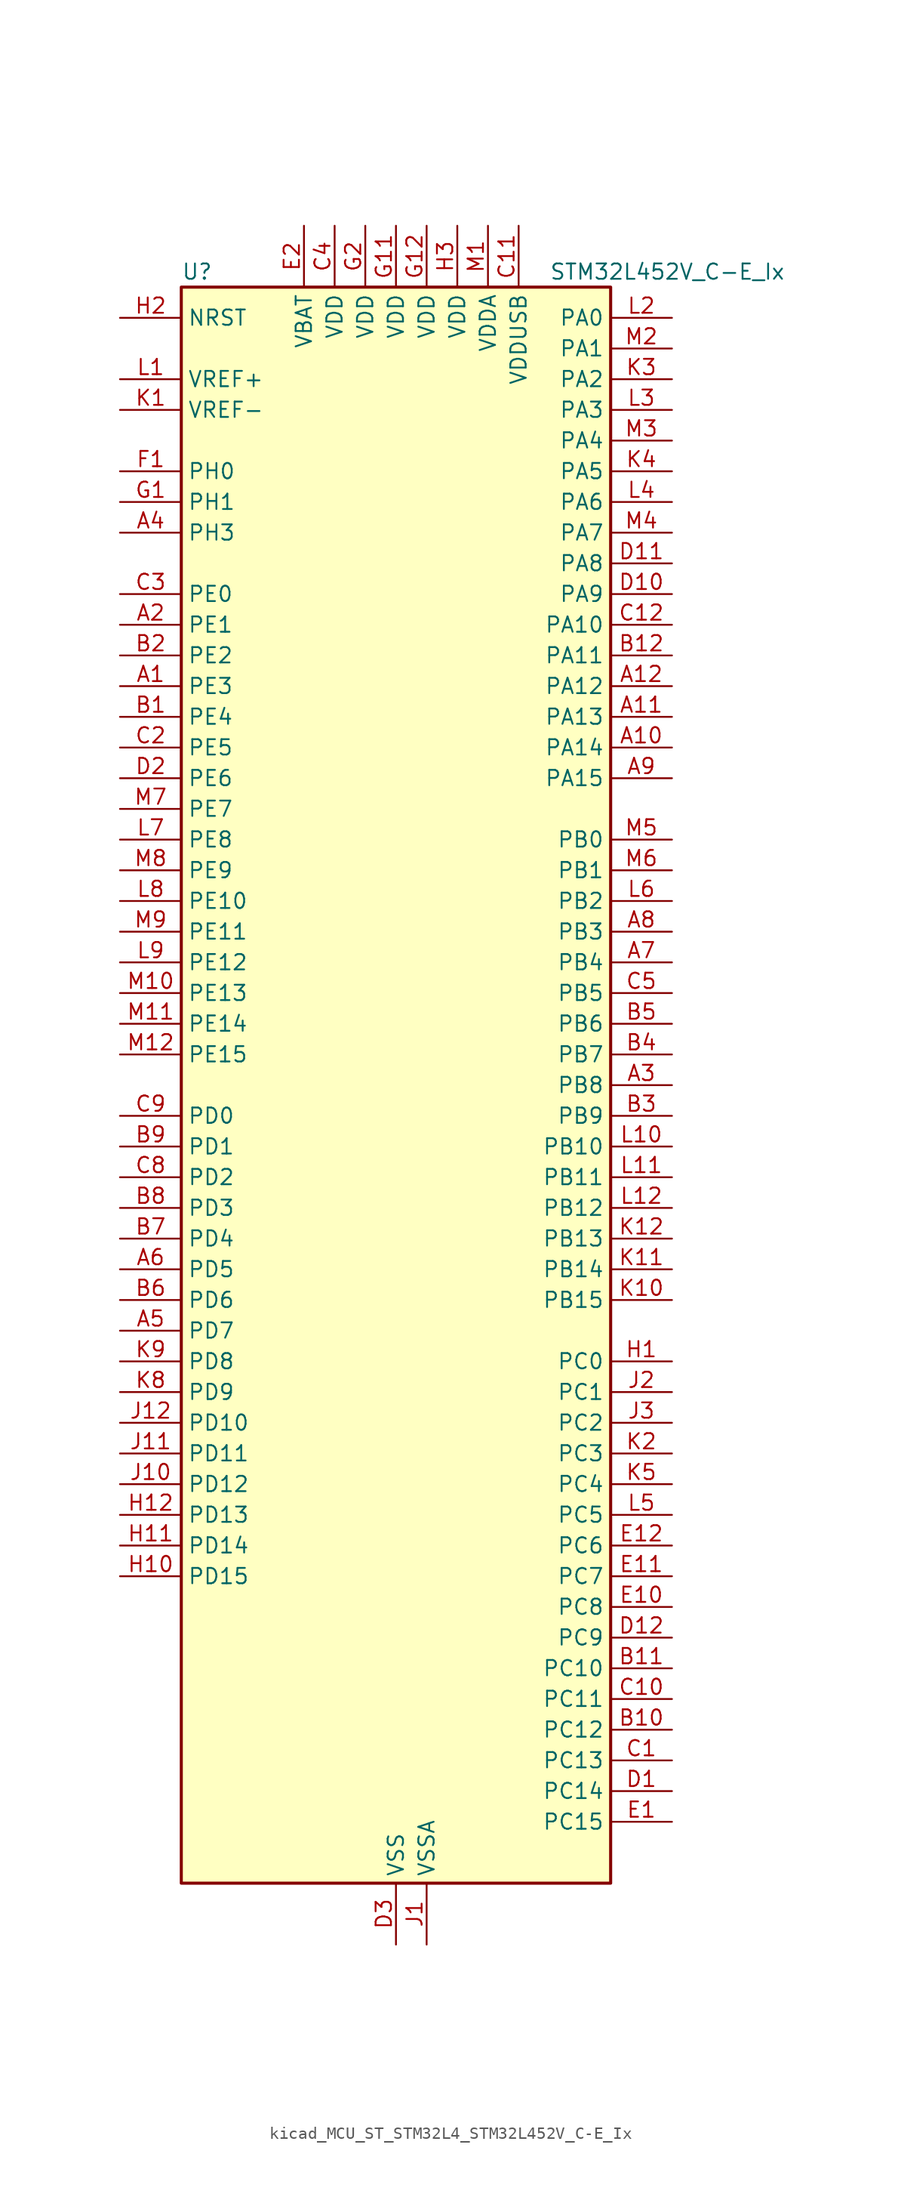
<source format=kicad_sym>
(kicad_symbol_lib
  (version 20220914)
  (generator kicad_symbol_editor)
  (symbol "kicad_MCU_ST_STM32L4_STM32L452V_C-E_Ix"
    (property "Reference" "U"
      (at -17.78 67.31 0)
      (effects (font (size 1.27 1.27)) (justify left)))
    (property "Value" "STM32L452V_C-E_Ix"
      (at 12.7 67.31 0)
      (effects (font (size 1.27 1.27)) (justify left)))
    (property "ki_locked" ""
      (at 0 0 0)
      (effects (font (size 1.27 1.27))))
    (symbol "kicad_MCU_ST_STM32L4_STM32L452V_C-E_Ix_0_1"
      (rectangle (start -17.78 -66.04) (end 17.78 66.04) (stroke (width 0.254) (type default)) (fill (type background))))
    (symbol "kicad_MCU_ST_STM32L4_STM32L452V_C-E_Ix_1_1"
      (pin bidirectional line (at -22.86 33.02 0) (length 5.08) (name "PE3" (effects (font (size 1.27 1.27)))) (number "A1" (effects (font (size 1.27 1.27)))) (alternate "SAI1_SD_B" bidirectional line) (alternate "SYS_TRACED0" bidirectional line) (alternate "TIM3_CH1" bidirectional line) (alternate "TSC_G7_IO2" bidirectional line))
      (pin bidirectional line (at 22.86 27.94 180) (length 5.08) (name "PA14" (effects (font (size 1.27 1.27)))) (number "A10" (effects (font (size 1.27 1.27)))) (alternate "I2C1_SMBA" bidirectional line) (alternate "I2C4_SMBA" bidirectional line) (alternate "LPTIM1_OUT" bidirectional line) (alternate "SAI1_FS_B" bidirectional line) (alternate "SYS_JTCK-SWCLK" bidirectional line))
      (pin bidirectional line (at 22.86 30.48 180) (length 5.08) (name "PA13" (effects (font (size 1.27 1.27)))) (number "A11" (effects (font (size 1.27 1.27)))) (alternate "IR_OUT" bidirectional line) (alternate "SAI1_SD_B" bidirectional line) (alternate "SYS_JTMS-SWDIO" bidirectional line) (alternate "USB_NOE" bidirectional line))
      (pin bidirectional line (at 22.86 33.02 180) (length 5.08) (name "PA12" (effects (font (size 1.27 1.27)))) (number "A12" (effects (font (size 1.27 1.27)))) (alternate "CAN1_TX" bidirectional line) (alternate "SPI1_MOSI" bidirectional line) (alternate "TIM1_ETR" bidirectional line) (alternate "USART1_DE" bidirectional line) (alternate "USART1_RTS" bidirectional line) (alternate "USB_DP" bidirectional line))
      (pin bidirectional line (at -22.86 38.1 0) (length 5.08) (name "PE1" (effects (font (size 1.27 1.27)))) (number "A2" (effects (font (size 1.27 1.27)))))
      (pin bidirectional line (at 22.86 0 180) (length 5.08) (name "PB8" (effects (font (size 1.27 1.27)))) (number "A3" (effects (font (size 1.27 1.27)))) (alternate "CAN1_RX" bidirectional line) (alternate "I2C1_SCL" bidirectional line) (alternate "SAI1_MCLK_A" bidirectional line) (alternate "SDMMC1_D4" bidirectional line) (alternate "TIM16_CH1" bidirectional line))
      (pin bidirectional line (at -22.86 45.72 0) (length 5.08) (name "PH3" (effects (font (size 1.27 1.27)))) (number "A4" (effects (font (size 1.27 1.27)))))
      (pin bidirectional line (at -22.86 -20.32 0) (length 5.08) (name "PD7" (effects (font (size 1.27 1.27)))) (number "A5" (effects (font (size 1.27 1.27)))) (alternate "DFSDM1_CKIN1" bidirectional line) (alternate "QUADSPI_BK2_IO3" bidirectional line) (alternate "USART2_CK" bidirectional line))
      (pin bidirectional line (at -22.86 -15.24 0) (length 5.08) (name "PD5" (effects (font (size 1.27 1.27)))) (number "A6" (effects (font (size 1.27 1.27)))) (alternate "QUADSPI_BK2_IO1" bidirectional line) (alternate "USART2_TX" bidirectional line))
      (pin bidirectional line (at 22.86 10.16 180) (length 5.08) (name "PB4" (effects (font (size 1.27 1.27)))) (number "A7" (effects (font (size 1.27 1.27)))) (alternate "COMP2_INP" bidirectional line) (alternate "I2C3_SDA" bidirectional line) (alternate "SAI1_MCLK_B" bidirectional line) (alternate "SPI1_MISO" bidirectional line) (alternate "SPI3_MISO" bidirectional line) (alternate "SYS_JTRST" bidirectional line) (alternate "TIM3_CH1" bidirectional line) (alternate "TSC_G2_IO1" bidirectional line) (alternate "USART1_CTS" bidirectional line))
      (pin bidirectional line (at 22.86 12.7 180) (length 5.08) (name "PB3" (effects (font (size 1.27 1.27)))) (number "A8" (effects (font (size 1.27 1.27)))) (alternate "COMP2_INM" bidirectional line) (alternate "SAI1_SCK_B" bidirectional line) (alternate "SPI1_SCK" bidirectional line) (alternate "SPI3_SCK" bidirectional line) (alternate "SYS_JTDO-SWO" bidirectional line) (alternate "TIM2_CH2" bidirectional line) (alternate "USART1_DE" bidirectional line) (alternate "USART1_RTS" bidirectional line))
      (pin bidirectional line (at 22.86 25.4 180) (length 5.08) (name "PA15" (effects (font (size 1.27 1.27)))) (number "A9" (effects (font (size 1.27 1.27)))) (alternate "ADC1_EXTI15" bidirectional line) (alternate "SPI1_NSS" bidirectional line) (alternate "SPI3_NSS" bidirectional line) (alternate "SYS_JTDI" bidirectional line) (alternate "TIM2_CH1" bidirectional line) (alternate "TIM2_ETR" bidirectional line) (alternate "TSC_G3_IO1" bidirectional line) (alternate "UART4_DE" bidirectional line) (alternate "UART4_RTS" bidirectional line) (alternate "USART2_RX" bidirectional line) (alternate "USART3_DE" bidirectional line) (alternate "USART3_RTS" bidirectional line))
      (pin bidirectional line (at -22.86 30.48 0) (length 5.08) (name "PE4" (effects (font (size 1.27 1.27)))) (number "B1" (effects (font (size 1.27 1.27)))) (alternate "DFSDM1_DATIN3" bidirectional line) (alternate "SAI1_FS_A" bidirectional line) (alternate "SYS_TRACED1" bidirectional line) (alternate "TIM3_CH2" bidirectional line) (alternate "TSC_G7_IO3" bidirectional line))
      (pin bidirectional line (at 22.86 -53.34 180) (length 5.08) (name "PC12" (effects (font (size 1.27 1.27)))) (number "B10" (effects (font (size 1.27 1.27)))) (alternate "SDMMC1_CK" bidirectional line) (alternate "SPI3_MOSI" bidirectional line) (alternate "SYS_TRACED3" bidirectional line) (alternate "TSC_G3_IO4" bidirectional line) (alternate "USART3_CK" bidirectional line))
      (pin bidirectional line (at 22.86 -48.26 180) (length 5.08) (name "PC10" (effects (font (size 1.27 1.27)))) (number "B11" (effects (font (size 1.27 1.27)))) (alternate "SDMMC1_D2" bidirectional line) (alternate "SPI3_SCK" bidirectional line) (alternate "SYS_TRACED1" bidirectional line) (alternate "TSC_G3_IO2" bidirectional line) (alternate "UART4_TX" bidirectional line) (alternate "USART3_TX" bidirectional line))
      (pin bidirectional line (at 22.86 35.56 180) (length 5.08) (name "PA11" (effects (font (size 1.27 1.27)))) (number "B12" (effects (font (size 1.27 1.27)))) (alternate "ADC1_EXTI11" bidirectional line) (alternate "CAN1_RX" bidirectional line) (alternate "COMP1_OUT" bidirectional line) (alternate "SPI1_MISO" bidirectional line) (alternate "TIM1_BKIN2" bidirectional line) (alternate "TIM1_BKIN2_COMP1" bidirectional line) (alternate "TIM1_CH4" bidirectional line) (alternate "USART1_CTS" bidirectional line) (alternate "USB_DM" bidirectional line))
      (pin bidirectional line (at -22.86 35.56 0) (length 5.08) (name "PE2" (effects (font (size 1.27 1.27)))) (number "B2" (effects (font (size 1.27 1.27)))) (alternate "SAI1_MCLK_A" bidirectional line) (alternate "SYS_TRACECLK" bidirectional line) (alternate "TIM3_ETR" bidirectional line) (alternate "TSC_G7_IO1" bidirectional line))
      (pin bidirectional line (at 22.86 -2.54 180) (length 5.08) (name "PB9" (effects (font (size 1.27 1.27)))) (number "B3" (effects (font (size 1.27 1.27)))) (alternate "CAN1_TX" bidirectional line) (alternate "DAC1_EXTI9" bidirectional line) (alternate "I2C1_SDA" bidirectional line) (alternate "IR_OUT" bidirectional line) (alternate "SAI1_FS_A" bidirectional line) (alternate "SDMMC1_D5" bidirectional line) (alternate "SPI2_NSS" bidirectional line))
      (pin bidirectional line (at 22.86 2.54 180) (length 5.08) (name "PB7" (effects (font (size 1.27 1.27)))) (number "B4" (effects (font (size 1.27 1.27)))) (alternate "COMP2_INM" bidirectional line) (alternate "I2C1_SDA" bidirectional line) (alternate "I2C4_SDA" bidirectional line) (alternate "LPTIM1_IN2" bidirectional line) (alternate "SYS_PVD_IN" bidirectional line) (alternate "TSC_G2_IO4" bidirectional line) (alternate "UART4_CTS" bidirectional line) (alternate "USART1_RX" bidirectional line))
      (pin bidirectional line (at 22.86 5.08 180) (length 5.08) (name "PB6" (effects (font (size 1.27 1.27)))) (number "B5" (effects (font (size 1.27 1.27)))) (alternate "CAN1_TX" bidirectional line) (alternate "COMP2_INP" bidirectional line) (alternate "I2C1_SCL" bidirectional line) (alternate "I2C4_SCL" bidirectional line) (alternate "LPTIM1_ETR" bidirectional line) (alternate "SAI1_FS_B" bidirectional line) (alternate "TIM16_CH1N" bidirectional line) (alternate "TSC_G2_IO3" bidirectional line) (alternate "USART1_TX" bidirectional line))
      (pin bidirectional line (at -22.86 -17.78 0) (length 5.08) (name "PD6" (effects (font (size 1.27 1.27)))) (number "B6" (effects (font (size 1.27 1.27)))) (alternate "DFSDM1_DATIN1" bidirectional line) (alternate "QUADSPI_BK2_IO2" bidirectional line) (alternate "SAI1_SD_A" bidirectional line) (alternate "USART2_RX" bidirectional line))
      (pin bidirectional line (at -22.86 -12.7 0) (length 5.08) (name "PD4" (effects (font (size 1.27 1.27)))) (number "B7" (effects (font (size 1.27 1.27)))) (alternate "DFSDM1_CKIN0" bidirectional line) (alternate "QUADSPI_BK2_IO0" bidirectional line) (alternate "SPI2_MOSI" bidirectional line) (alternate "USART2_DE" bidirectional line) (alternate "USART2_RTS" bidirectional line))
      (pin bidirectional line (at -22.86 -10.16 0) (length 5.08) (name "PD3" (effects (font (size 1.27 1.27)))) (number "B8" (effects (font (size 1.27 1.27)))) (alternate "DFSDM1_DATIN0" bidirectional line) (alternate "QUADSPI_BK2_NCS" bidirectional line) (alternate "SPI2_MISO" bidirectional line) (alternate "USART2_CTS" bidirectional line))
      (pin bidirectional line (at -22.86 -5.08 0) (length 5.08) (name "PD1" (effects (font (size 1.27 1.27)))) (number "B9" (effects (font (size 1.27 1.27)))) (alternate "CAN1_TX" bidirectional line) (alternate "SPI2_SCK" bidirectional line))
      (pin bidirectional line (at 22.86 -55.88 180) (length 5.08) (name "PC13" (effects (font (size 1.27 1.27)))) (number "C1" (effects (font (size 1.27 1.27)))) (alternate "RTC_OUT_ALARM" bidirectional line) (alternate "RTC_OUT_CALIB" bidirectional line) (alternate "RTC_TAMP1" bidirectional line) (alternate "RTC_TS" bidirectional line) (alternate "SYS_WKUP2" bidirectional line))
      (pin bidirectional line (at 22.86 -50.8 180) (length 5.08) (name "PC11" (effects (font (size 1.27 1.27)))) (number "C10" (effects (font (size 1.27 1.27)))) (alternate "ADC1_EXTI11" bidirectional line) (alternate "SDMMC1_D3" bidirectional line) (alternate "SPI3_MISO" bidirectional line) (alternate "TSC_G3_IO3" bidirectional line) (alternate "UART4_RX" bidirectional line) (alternate "USART3_RX" bidirectional line))
      (pin power_in line (at 10.16 71.12 270) (length 5.08) (name "VDDUSB" (effects (font (size 1.27 1.27)))) (number "C11" (effects (font (size 1.27 1.27)))))
      (pin bidirectional line (at 22.86 38.1 180) (length 5.08) (name "PA10" (effects (font (size 1.27 1.27)))) (number "C12" (effects (font (size 1.27 1.27)))) (alternate "CRS_SYNC" bidirectional line) (alternate "I2C1_SDA" bidirectional line) (alternate "SAI1_SD_A" bidirectional line) (alternate "TIM1_CH3" bidirectional line) (alternate "USART1_RX" bidirectional line))
      (pin bidirectional line (at -22.86 27.94 0) (length 5.08) (name "PE5" (effects (font (size 1.27 1.27)))) (number "C2" (effects (font (size 1.27 1.27)))) (alternate "DFSDM1_CKIN3" bidirectional line) (alternate "SAI1_SCK_A" bidirectional line) (alternate "SYS_TRACED2" bidirectional line) (alternate "TIM3_CH3" bidirectional line) (alternate "TSC_G7_IO4" bidirectional line))
      (pin bidirectional line (at -22.86 40.64 0) (length 5.08) (name "PE0" (effects (font (size 1.27 1.27)))) (number "C3" (effects (font (size 1.27 1.27)))) (alternate "TIM16_CH1" bidirectional line))
      (pin power_in line (at -5.08 71.12 270) (length 5.08) (name "VDD" (effects (font (size 1.27 1.27)))) (number "C4" (effects (font (size 1.27 1.27)))))
      (pin bidirectional line (at 22.86 7.62 180) (length 5.08) (name "PB5" (effects (font (size 1.27 1.27)))) (number "C5" (effects (font (size 1.27 1.27)))) (alternate "CAN1_RX" bidirectional line) (alternate "COMP2_OUT" bidirectional line) (alternate "I2C1_SMBA" bidirectional line) (alternate "LPTIM1_IN1" bidirectional line) (alternate "SAI1_SD_B" bidirectional line) (alternate "SPI1_MOSI" bidirectional line) (alternate "SPI3_MOSI" bidirectional line) (alternate "TIM16_BKIN" bidirectional line) (alternate "TIM3_CH2" bidirectional line) (alternate "TSC_G2_IO2" bidirectional line) (alternate "USART1_CK" bidirectional line))
      (pin bidirectional line (at -22.86 -7.62 0) (length 5.08) (name "PD2" (effects (font (size 1.27 1.27)))) (number "C8" (effects (font (size 1.27 1.27)))) (alternate "SDMMC1_CMD" bidirectional line) (alternate "SYS_TRACED2" bidirectional line) (alternate "TIM3_ETR" bidirectional line) (alternate "TSC_SYNC" bidirectional line) (alternate "USART3_DE" bidirectional line) (alternate "USART3_RTS" bidirectional line))
      (pin bidirectional line (at -22.86 -2.54 0) (length 5.08) (name "PD0" (effects (font (size 1.27 1.27)))) (number "C9" (effects (font (size 1.27 1.27)))) (alternate "CAN1_RX" bidirectional line) (alternate "SPI2_NSS" bidirectional line))
      (pin bidirectional line (at 22.86 -58.42 180) (length 5.08) (name "PC14" (effects (font (size 1.27 1.27)))) (number "D1" (effects (font (size 1.27 1.27)))) (alternate "RCC_OSC32_IN" bidirectional line))
      (pin bidirectional line (at 22.86 40.64 180) (length 5.08) (name "PA9" (effects (font (size 1.27 1.27)))) (number "D10" (effects (font (size 1.27 1.27)))) (alternate "DAC1_EXTI9" bidirectional line) (alternate "DFSDM1_DATIN1" bidirectional line) (alternate "I2C1_SCL" bidirectional line) (alternate "SAI1_FS_A" bidirectional line) (alternate "TIM15_BKIN" bidirectional line) (alternate "TIM1_CH2" bidirectional line) (alternate "USART1_TX" bidirectional line))
      (pin bidirectional line (at 22.86 43.18 180) (length 5.08) (name "PA8" (effects (font (size 1.27 1.27)))) (number "D11" (effects (font (size 1.27 1.27)))) (alternate "DFSDM1_CKIN1" bidirectional line) (alternate "LPTIM2_OUT" bidirectional line) (alternate "RCC_MCO" bidirectional line) (alternate "SAI1_SCK_A" bidirectional line) (alternate "TIM1_CH1" bidirectional line) (alternate "USART1_CK" bidirectional line))
      (pin bidirectional line (at 22.86 -45.72 180) (length 5.08) (name "PC9" (effects (font (size 1.27 1.27)))) (number "D12" (effects (font (size 1.27 1.27)))) (alternate "DAC1_EXTI9" bidirectional line) (alternate "SDMMC1_D1" bidirectional line) (alternate "TIM3_CH4" bidirectional line) (alternate "TSC_G4_IO4" bidirectional line) (alternate "USB_NOE" bidirectional line))
      (pin bidirectional line (at -22.86 25.4 0) (length 5.08) (name "PE6" (effects (font (size 1.27 1.27)))) (number "D2" (effects (font (size 1.27 1.27)))) (alternate "RTC_TAMP3" bidirectional line) (alternate "SAI1_SD_A" bidirectional line) (alternate "SYS_TRACED3" bidirectional line) (alternate "SYS_WKUP3" bidirectional line) (alternate "TIM3_CH4" bidirectional line))
      (pin power_in line (at 0 -71.12 90) (length 5.08) (name "VSS" (effects (font (size 1.27 1.27)))) (number "D3" (effects (font (size 1.27 1.27)))))
      (pin bidirectional line (at 22.86 -60.96 180) (length 5.08) (name "PC15" (effects (font (size 1.27 1.27)))) (number "E1" (effects (font (size 1.27 1.27)))) (alternate "ADC1_EXTI15" bidirectional line) (alternate "RCC_OSC32_OUT" bidirectional line))
      (pin bidirectional line (at 22.86 -43.18 180) (length 5.08) (name "PC8" (effects (font (size 1.27 1.27)))) (number "E10" (effects (font (size 1.27 1.27)))) (alternate "SDMMC1_D0" bidirectional line) (alternate "TIM3_CH3" bidirectional line) (alternate "TSC_G4_IO3" bidirectional line))
      (pin bidirectional line (at 22.86 -40.64 180) (length 5.08) (name "PC7" (effects (font (size 1.27 1.27)))) (number "E11" (effects (font (size 1.27 1.27)))) (alternate "DFSDM1_DATIN3" bidirectional line) (alternate "SDMMC1_D7" bidirectional line) (alternate "TIM3_CH2" bidirectional line) (alternate "TSC_G4_IO2" bidirectional line))
      (pin bidirectional line (at 22.86 -38.1 180) (length 5.08) (name "PC6" (effects (font (size 1.27 1.27)))) (number "E12" (effects (font (size 1.27 1.27)))) (alternate "DFSDM1_CKIN3" bidirectional line) (alternate "SDMMC1_D6" bidirectional line) (alternate "TIM3_CH1" bidirectional line) (alternate "TSC_G4_IO1" bidirectional line))
      (pin power_in line (at -7.62 71.12 270) (length 5.08) (name "VBAT" (effects (font (size 1.27 1.27)))) (number "E2" (effects (font (size 1.27 1.27)))))
      (pin passive line (at 0 -71.12 90) (length 5.08) hide (name "VSS" (effects (font (size 1.27 1.27)))) (number "E3" (effects (font (size 1.27 1.27)))))
      (pin bidirectional line (at -22.86 50.8 0) (length 5.08) (name "PH0" (effects (font (size 1.27 1.27)))) (number "F1" (effects (font (size 1.27 1.27)))) (alternate "RCC_OSC_IN" bidirectional line))
      (pin passive line (at 0 -71.12 90) (length 5.08) hide (name "VSS" (effects (font (size 1.27 1.27)))) (number "F11" (effects (font (size 1.27 1.27)))))
      (pin passive line (at 0 -71.12 90) (length 5.08) hide (name "VSS" (effects (font (size 1.27 1.27)))) (number "F12" (effects (font (size 1.27 1.27)))))
      (pin passive line (at 0 -71.12 90) (length 5.08) hide (name "VSS" (effects (font (size 1.27 1.27)))) (number "F2" (effects (font (size 1.27 1.27)))))
      (pin bidirectional line (at -22.86 48.26 0) (length 5.08) (name "PH1" (effects (font (size 1.27 1.27)))) (number "G1" (effects (font (size 1.27 1.27)))) (alternate "RCC_OSC_OUT" bidirectional line))
      (pin power_in line (at 0 71.12 270) (length 5.08) (name "VDD" (effects (font (size 1.27 1.27)))) (number "G11" (effects (font (size 1.27 1.27)))))
      (pin power_in line (at 2.54 71.12 270) (length 5.08) (name "VDD" (effects (font (size 1.27 1.27)))) (number "G12" (effects (font (size 1.27 1.27)))))
      (pin power_in line (at -2.54 71.12 270) (length 5.08) (name "VDD" (effects (font (size 1.27 1.27)))) (number "G2" (effects (font (size 1.27 1.27)))))
      (pin bidirectional line (at 22.86 -22.86 180) (length 5.08) (name "PC0" (effects (font (size 1.27 1.27)))) (number "H1" (effects (font (size 1.27 1.27)))) (alternate "ADC1_IN1" bidirectional line) (alternate "I2C3_SCL" bidirectional line) (alternate "I2C4_SCL" bidirectional line) (alternate "LPTIM1_IN1" bidirectional line) (alternate "LPTIM2_IN1" bidirectional line) (alternate "LPUART1_RX" bidirectional line))
      (pin bidirectional line (at -22.86 -40.64 0) (length 5.08) (name "PD15" (effects (font (size 1.27 1.27)))) (number "H10" (effects (font (size 1.27 1.27)))) (alternate "ADC1_EXTI15" bidirectional line))
      (pin bidirectional line (at -22.86 -38.1 0) (length 5.08) (name "PD14" (effects (font (size 1.27 1.27)))) (number "H11" (effects (font (size 1.27 1.27)))))
      (pin bidirectional line (at -22.86 -35.56 0) (length 5.08) (name "PD13" (effects (font (size 1.27 1.27)))) (number "H12" (effects (font (size 1.27 1.27)))) (alternate "I2C4_SDA" bidirectional line) (alternate "LPTIM2_OUT" bidirectional line) (alternate "TSC_G6_IO4" bidirectional line))
      (pin input line (at -22.86 63.5 0) (length 5.08) (name "NRST" (effects (font (size 1.27 1.27)))) (number "H2" (effects (font (size 1.27 1.27)))))
      (pin power_in line (at 5.08 71.12 270) (length 5.08) (name "VDD" (effects (font (size 1.27 1.27)))) (number "H3" (effects (font (size 1.27 1.27)))))
      (pin power_in line (at 2.54 -71.12 90) (length 5.08) (name "VSSA" (effects (font (size 1.27 1.27)))) (number "J1" (effects (font (size 1.27 1.27)))))
      (pin bidirectional line (at -22.86 -33.02 0) (length 5.08) (name "PD12" (effects (font (size 1.27 1.27)))) (number "J10" (effects (font (size 1.27 1.27)))) (alternate "I2C4_SCL" bidirectional line) (alternate "LPTIM2_IN1" bidirectional line) (alternate "TSC_G6_IO3" bidirectional line) (alternate "USART3_DE" bidirectional line) (alternate "USART3_RTS" bidirectional line))
      (pin bidirectional line (at -22.86 -30.48 0) (length 5.08) (name "PD11" (effects (font (size 1.27 1.27)))) (number "J11" (effects (font (size 1.27 1.27)))) (alternate "ADC1_EXTI11" bidirectional line) (alternate "I2C4_SMBA" bidirectional line) (alternate "LPTIM2_ETR" bidirectional line) (alternate "TSC_G6_IO2" bidirectional line) (alternate "USART3_CTS" bidirectional line))
      (pin bidirectional line (at -22.86 -27.94 0) (length 5.08) (name "PD10" (effects (font (size 1.27 1.27)))) (number "J12" (effects (font (size 1.27 1.27)))) (alternate "TSC_G6_IO1" bidirectional line) (alternate "USART3_CK" bidirectional line))
      (pin bidirectional line (at 22.86 -25.4 180) (length 5.08) (name "PC1" (effects (font (size 1.27 1.27)))) (number "J2" (effects (font (size 1.27 1.27)))) (alternate "ADC1_IN2" bidirectional line) (alternate "I2C3_SDA" bidirectional line) (alternate "I2C4_SDA" bidirectional line) (alternate "LPTIM1_OUT" bidirectional line) (alternate "LPUART1_TX" bidirectional line) (alternate "SYS_TRACED0" bidirectional line))
      (pin bidirectional line (at 22.86 -27.94 180) (length 5.08) (name "PC2" (effects (font (size 1.27 1.27)))) (number "J3" (effects (font (size 1.27 1.27)))) (alternate "ADC1_IN3" bidirectional line) (alternate "DFSDM1_CKOUT" bidirectional line) (alternate "LPTIM1_IN2" bidirectional line) (alternate "SPI2_MISO" bidirectional line))
      (pin input line (at -22.86 55.88 0) (length 5.08) (name "VREF-" (effects (font (size 1.27 1.27)))) (number "K1" (effects (font (size 1.27 1.27)))))
      (pin bidirectional line (at 22.86 -17.78 180) (length 5.08) (name "PB15" (effects (font (size 1.27 1.27)))) (number "K10" (effects (font (size 1.27 1.27)))) (alternate "ADC1_EXTI15" bidirectional line) (alternate "DFSDM1_CKIN2" bidirectional line) (alternate "RTC_REFIN" bidirectional line) (alternate "SAI1_SD_A" bidirectional line) (alternate "SPI2_MOSI" bidirectional line) (alternate "TIM15_CH2" bidirectional line) (alternate "TIM1_CH3N" bidirectional line) (alternate "TSC_G1_IO4" bidirectional line))
      (pin bidirectional line (at 22.86 -15.24 180) (length 5.08) (name "PB14" (effects (font (size 1.27 1.27)))) (number "K11" (effects (font (size 1.27 1.27)))) (alternate "DFSDM1_DATIN2" bidirectional line) (alternate "I2C2_SDA" bidirectional line) (alternate "SAI1_MCLK_A" bidirectional line) (alternate "SPI2_MISO" bidirectional line) (alternate "TIM15_CH1" bidirectional line) (alternate "TIM1_CH2N" bidirectional line) (alternate "TSC_G1_IO3" bidirectional line) (alternate "USART3_DE" bidirectional line) (alternate "USART3_RTS" bidirectional line))
      (pin bidirectional line (at 22.86 -12.7 180) (length 5.08) (name "PB13" (effects (font (size 1.27 1.27)))) (number "K12" (effects (font (size 1.27 1.27)))) (alternate "CAN1_TX" bidirectional line) (alternate "DFSDM1_CKIN1" bidirectional line) (alternate "I2C2_SCL" bidirectional line) (alternate "LPUART1_CTS" bidirectional line) (alternate "SAI1_SCK_A" bidirectional line) (alternate "SPI2_SCK" bidirectional line) (alternate "TIM15_CH1N" bidirectional line) (alternate "TIM1_CH1N" bidirectional line) (alternate "TSC_G1_IO2" bidirectional line) (alternate "USART3_CTS" bidirectional line))
      (pin bidirectional line (at 22.86 -30.48 180) (length 5.08) (name "PC3" (effects (font (size 1.27 1.27)))) (number "K2" (effects (font (size 1.27 1.27)))) (alternate "ADC1_IN4" bidirectional line) (alternate "LPTIM1_ETR" bidirectional line) (alternate "LPTIM2_ETR" bidirectional line) (alternate "SAI1_SD_A" bidirectional line) (alternate "SPI2_MOSI" bidirectional line))
      (pin bidirectional line (at 22.86 58.42 180) (length 5.08) (name "PA2" (effects (font (size 1.27 1.27)))) (number "K3" (effects (font (size 1.27 1.27)))) (alternate "ADC1_IN7" bidirectional line) (alternate "COMP2_INM" bidirectional line) (alternate "COMP2_OUT" bidirectional line) (alternate "LPUART1_TX" bidirectional line) (alternate "QUADSPI_BK1_NCS" bidirectional line) (alternate "RCC_LSCO" bidirectional line) (alternate "SYS_WKUP4" bidirectional line) (alternate "TIM15_CH1" bidirectional line) (alternate "TIM2_CH3" bidirectional line) (alternate "USART2_TX" bidirectional line))
      (pin bidirectional line (at 22.86 50.8 180) (length 5.08) (name "PA5" (effects (font (size 1.27 1.27)))) (number "K4" (effects (font (size 1.27 1.27)))) (alternate "ADC1_IN10" bidirectional line) (alternate "COMP1_INM" bidirectional line) (alternate "COMP2_INM" bidirectional line) (alternate "DFSDM1_CKOUT" bidirectional line) (alternate "LPTIM2_ETR" bidirectional line) (alternate "SPI1_SCK" bidirectional line) (alternate "TIM2_CH1" bidirectional line) (alternate "TIM2_ETR" bidirectional line))
      (pin bidirectional line (at 22.86 -33.02 180) (length 5.08) (name "PC4" (effects (font (size 1.27 1.27)))) (number "K5" (effects (font (size 1.27 1.27)))) (alternate "ADC1_IN13" bidirectional line) (alternate "COMP1_INM" bidirectional line) (alternate "USART3_TX" bidirectional line))
      (pin bidirectional line (at -22.86 -25.4 0) (length 5.08) (name "PD9" (effects (font (size 1.27 1.27)))) (number "K8" (effects (font (size 1.27 1.27)))) (alternate "DAC1_EXTI9" bidirectional line) (alternate "USART3_RX" bidirectional line))
      (pin bidirectional line (at -22.86 -22.86 0) (length 5.08) (name "PD8" (effects (font (size 1.27 1.27)))) (number "K9" (effects (font (size 1.27 1.27)))) (alternate "USART3_TX" bidirectional line))
      (pin input line (at -22.86 58.42 0) (length 5.08) (name "VREF+" (effects (font (size 1.27 1.27)))) (number "L1" (effects (font (size 1.27 1.27)))) (alternate "VREFBUF_OUT" bidirectional line))
      (pin bidirectional line (at 22.86 -5.08 180) (length 5.08) (name "PB10" (effects (font (size 1.27 1.27)))) (number "L10" (effects (font (size 1.27 1.27)))) (alternate "COMP1_OUT" bidirectional line) (alternate "I2C2_SCL" bidirectional line) (alternate "I2C4_SCL" bidirectional line) (alternate "LPUART1_RX" bidirectional line) (alternate "QUADSPI_CLK" bidirectional line) (alternate "SAI1_SCK_A" bidirectional line) (alternate "SPI2_SCK" bidirectional line) (alternate "TIM2_CH3" bidirectional line) (alternate "TSC_SYNC" bidirectional line) (alternate "USART3_TX" bidirectional line))
      (pin bidirectional line (at 22.86 -7.62 180) (length 5.08) (name "PB11" (effects (font (size 1.27 1.27)))) (number "L11" (effects (font (size 1.27 1.27)))) (alternate "ADC1_EXTI11" bidirectional line) (alternate "COMP2_OUT" bidirectional line) (alternate "I2C2_SDA" bidirectional line) (alternate "I2C4_SDA" bidirectional line) (alternate "LPUART1_TX" bidirectional line) (alternate "QUADSPI_BK1_NCS" bidirectional line) (alternate "TIM2_CH4" bidirectional line) (alternate "USART3_RX" bidirectional line))
      (pin bidirectional line (at 22.86 -10.16 180) (length 5.08) (name "PB12" (effects (font (size 1.27 1.27)))) (number "L12" (effects (font (size 1.27 1.27)))) (alternate "CAN1_RX" bidirectional line) (alternate "DFSDM1_DATIN1" bidirectional line) (alternate "I2C2_SMBA" bidirectional line) (alternate "LPUART1_DE" bidirectional line) (alternate "LPUART1_RTS" bidirectional line) (alternate "SAI1_FS_A" bidirectional line) (alternate "SPI2_NSS" bidirectional line) (alternate "TIM15_BKIN" bidirectional line) (alternate "TIM1_BKIN" bidirectional line) (alternate "TIM1_BKIN_COMP2" bidirectional line) (alternate "TSC_G1_IO1" bidirectional line) (alternate "USART3_CK" bidirectional line))
      (pin bidirectional line (at 22.86 63.5 180) (length 5.08) (name "PA0" (effects (font (size 1.27 1.27)))) (number "L2" (effects (font (size 1.27 1.27)))) (alternate "ADC1_IN5" bidirectional line) (alternate "COMP1_INM" bidirectional line) (alternate "COMP1_OUT" bidirectional line) (alternate "OPAMP1_VINP" bidirectional line) (alternate "RTC_TAMP2" bidirectional line) (alternate "SAI1_EXTCLK" bidirectional line) (alternate "SYS_WKUP1" bidirectional line) (alternate "TIM2_CH1" bidirectional line) (alternate "TIM2_ETR" bidirectional line) (alternate "UART4_TX" bidirectional line) (alternate "USART2_CTS" bidirectional line))
      (pin bidirectional line (at 22.86 55.88 180) (length 5.08) (name "PA3" (effects (font (size 1.27 1.27)))) (number "L3" (effects (font (size 1.27 1.27)))) (alternate "ADC1_IN8" bidirectional line) (alternate "COMP2_INP" bidirectional line) (alternate "LPUART1_RX" bidirectional line) (alternate "OPAMP1_VOUT" bidirectional line) (alternate "QUADSPI_CLK" bidirectional line) (alternate "SAI1_MCLK_A" bidirectional line) (alternate "TIM15_CH2" bidirectional line) (alternate "TIM2_CH4" bidirectional line) (alternate "USART2_RX" bidirectional line))
      (pin bidirectional line (at 22.86 48.26 180) (length 5.08) (name "PA6" (effects (font (size 1.27 1.27)))) (number "L4" (effects (font (size 1.27 1.27)))) (alternate "ADC1_IN11" bidirectional line) (alternate "COMP1_OUT" bidirectional line) (alternate "LPUART1_CTS" bidirectional line) (alternate "QUADSPI_BK1_IO3" bidirectional line) (alternate "SPI1_MISO" bidirectional line) (alternate "TIM16_CH1" bidirectional line) (alternate "TIM1_BKIN" bidirectional line) (alternate "TIM1_BKIN_COMP2" bidirectional line) (alternate "TIM3_CH1" bidirectional line) (alternate "USART3_CTS" bidirectional line))
      (pin bidirectional line (at 22.86 -35.56 180) (length 5.08) (name "PC5" (effects (font (size 1.27 1.27)))) (number "L5" (effects (font (size 1.27 1.27)))) (alternate "ADC1_IN14" bidirectional line) (alternate "COMP1_INP" bidirectional line) (alternate "SYS_WKUP5" bidirectional line) (alternate "USART3_RX" bidirectional line))
      (pin bidirectional line (at 22.86 15.24 180) (length 5.08) (name "PB2" (effects (font (size 1.27 1.27)))) (number "L6" (effects (font (size 1.27 1.27)))) (alternate "COMP1_INP" bidirectional line) (alternate "DFSDM1_CKIN0" bidirectional line) (alternate "I2C3_SMBA" bidirectional line) (alternate "LPTIM1_OUT" bidirectional line) (alternate "RTC_OUT_ALARM" bidirectional line) (alternate "RTC_OUT_CALIB" bidirectional line))
      (pin bidirectional line (at -22.86 20.32 0) (length 5.08) (name "PE8" (effects (font (size 1.27 1.27)))) (number "L7" (effects (font (size 1.27 1.27)))) (alternate "DFSDM1_CKIN2" bidirectional line) (alternate "SAI1_SCK_B" bidirectional line) (alternate "TIM1_CH1N" bidirectional line))
      (pin bidirectional line (at -22.86 15.24 0) (length 5.08) (name "PE10" (effects (font (size 1.27 1.27)))) (number "L8" (effects (font (size 1.27 1.27)))) (alternate "QUADSPI_CLK" bidirectional line) (alternate "SAI1_MCLK_B" bidirectional line) (alternate "TIM1_CH2N" bidirectional line) (alternate "TSC_G5_IO1" bidirectional line))
      (pin bidirectional line (at -22.86 10.16 0) (length 5.08) (name "PE12" (effects (font (size 1.27 1.27)))) (number "L9" (effects (font (size 1.27 1.27)))) (alternate "QUADSPI_BK1_IO0" bidirectional line) (alternate "SPI1_NSS" bidirectional line) (alternate "TIM1_CH3N" bidirectional line) (alternate "TSC_G5_IO3" bidirectional line))
      (pin power_in line (at 7.62 71.12 270) (length 5.08) (name "VDDA" (effects (font (size 1.27 1.27)))) (number "M1" (effects (font (size 1.27 1.27)))))
      (pin bidirectional line (at -22.86 7.62 0) (length 5.08) (name "PE13" (effects (font (size 1.27 1.27)))) (number "M10" (effects (font (size 1.27 1.27)))) (alternate "QUADSPI_BK1_IO1" bidirectional line) (alternate "SPI1_SCK" bidirectional line) (alternate "TIM1_CH3" bidirectional line) (alternate "TSC_G5_IO4" bidirectional line))
      (pin bidirectional line (at -22.86 5.08 0) (length 5.08) (name "PE14" (effects (font (size 1.27 1.27)))) (number "M11" (effects (font (size 1.27 1.27)))) (alternate "QUADSPI_BK1_IO2" bidirectional line) (alternate "SPI1_MISO" bidirectional line) (alternate "TIM1_BKIN2" bidirectional line) (alternate "TIM1_BKIN2_COMP2" bidirectional line) (alternate "TIM1_CH4" bidirectional line))
      (pin bidirectional line (at -22.86 2.54 0) (length 5.08) (name "PE15" (effects (font (size 1.27 1.27)))) (number "M12" (effects (font (size 1.27 1.27)))) (alternate "ADC1_EXTI15" bidirectional line) (alternate "QUADSPI_BK1_IO3" bidirectional line) (alternate "SPI1_MOSI" bidirectional line) (alternate "TIM1_BKIN" bidirectional line) (alternate "TIM1_BKIN_COMP1" bidirectional line))
      (pin bidirectional line (at 22.86 60.96 180) (length 5.08) (name "PA1" (effects (font (size 1.27 1.27)))) (number "M2" (effects (font (size 1.27 1.27)))) (alternate "ADC1_IN6" bidirectional line) (alternate "COMP1_INP" bidirectional line) (alternate "I2C1_SMBA" bidirectional line) (alternate "OPAMP1_VINM" bidirectional line) (alternate "SPI1_SCK" bidirectional line) (alternate "TIM15_CH1N" bidirectional line) (alternate "TIM2_CH2" bidirectional line) (alternate "UART4_RX" bidirectional line) (alternate "USART2_DE" bidirectional line) (alternate "USART2_RTS" bidirectional line))
      (pin bidirectional line (at 22.86 53.34 180) (length 5.08) (name "PA4" (effects (font (size 1.27 1.27)))) (number "M3" (effects (font (size 1.27 1.27)))) (alternate "ADC1_IN9" bidirectional line) (alternate "COMP1_INM" bidirectional line) (alternate "COMP2_INM" bidirectional line) (alternate "DAC1_OUT1" bidirectional line) (alternate "LPTIM2_OUT" bidirectional line) (alternate "SAI1_FS_B" bidirectional line) (alternate "SPI1_NSS" bidirectional line) (alternate "SPI3_NSS" bidirectional line) (alternate "USART2_CK" bidirectional line))
      (pin bidirectional line (at 22.86 45.72 180) (length 5.08) (name "PA7" (effects (font (size 1.27 1.27)))) (number "M4" (effects (font (size 1.27 1.27)))) (alternate "ADC1_IN12" bidirectional line) (alternate "COMP2_OUT" bidirectional line) (alternate "DFSDM1_DATIN0" bidirectional line) (alternate "I2C3_SCL" bidirectional line) (alternate "QUADSPI_BK1_IO2" bidirectional line) (alternate "SPI1_MOSI" bidirectional line) (alternate "TIM1_CH1N" bidirectional line) (alternate "TIM3_CH2" bidirectional line))
      (pin bidirectional line (at 22.86 20.32 180) (length 5.08) (name "PB0" (effects (font (size 1.27 1.27)))) (number "M5" (effects (font (size 1.27 1.27)))) (alternate "ADC1_IN15" bidirectional line) (alternate "COMP1_OUT" bidirectional line) (alternate "DFSDM1_CKIN0" bidirectional line) (alternate "QUADSPI_BK1_IO1" bidirectional line) (alternate "SAI1_EXTCLK" bidirectional line) (alternate "SPI1_NSS" bidirectional line) (alternate "TIM1_CH2N" bidirectional line) (alternate "TIM3_CH3" bidirectional line) (alternate "USART3_CK" bidirectional line))
      (pin bidirectional line (at 22.86 17.78 180) (length 5.08) (name "PB1" (effects (font (size 1.27 1.27)))) (number "M6" (effects (font (size 1.27 1.27)))) (alternate "ADC1_IN16" bidirectional line) (alternate "COMP1_INM" bidirectional line) (alternate "DFSDM1_DATIN0" bidirectional line) (alternate "LPTIM2_IN1" bidirectional line) (alternate "LPUART1_DE" bidirectional line) (alternate "LPUART1_RTS" bidirectional line) (alternate "QUADSPI_BK1_IO0" bidirectional line) (alternate "TIM1_CH3N" bidirectional line) (alternate "TIM3_CH4" bidirectional line) (alternate "USART3_DE" bidirectional line) (alternate "USART3_RTS" bidirectional line))
      (pin bidirectional line (at -22.86 22.86 0) (length 5.08) (name "PE7" (effects (font (size 1.27 1.27)))) (number "M7" (effects (font (size 1.27 1.27)))) (alternate "DFSDM1_DATIN2" bidirectional line) (alternate "SAI1_SD_B" bidirectional line) (alternate "TIM1_ETR" bidirectional line))
      (pin bidirectional line (at -22.86 17.78 0) (length 5.08) (name "PE9" (effects (font (size 1.27 1.27)))) (number "M8" (effects (font (size 1.27 1.27)))) (alternate "DAC1_EXTI9" bidirectional line) (alternate "DFSDM1_CKOUT" bidirectional line) (alternate "SAI1_FS_B" bidirectional line) (alternate "TIM1_CH1" bidirectional line))
      (pin bidirectional line (at -22.86 12.7 0) (length 5.08) (name "PE11" (effects (font (size 1.27 1.27)))) (number "M9" (effects (font (size 1.27 1.27)))) (alternate "ADC1_EXTI11" bidirectional line) (alternate "QUADSPI_BK1_NCS" bidirectional line) (alternate "TIM1_CH2" bidirectional line) (alternate "TSC_G5_IO2" bidirectional line)))))
</source>
